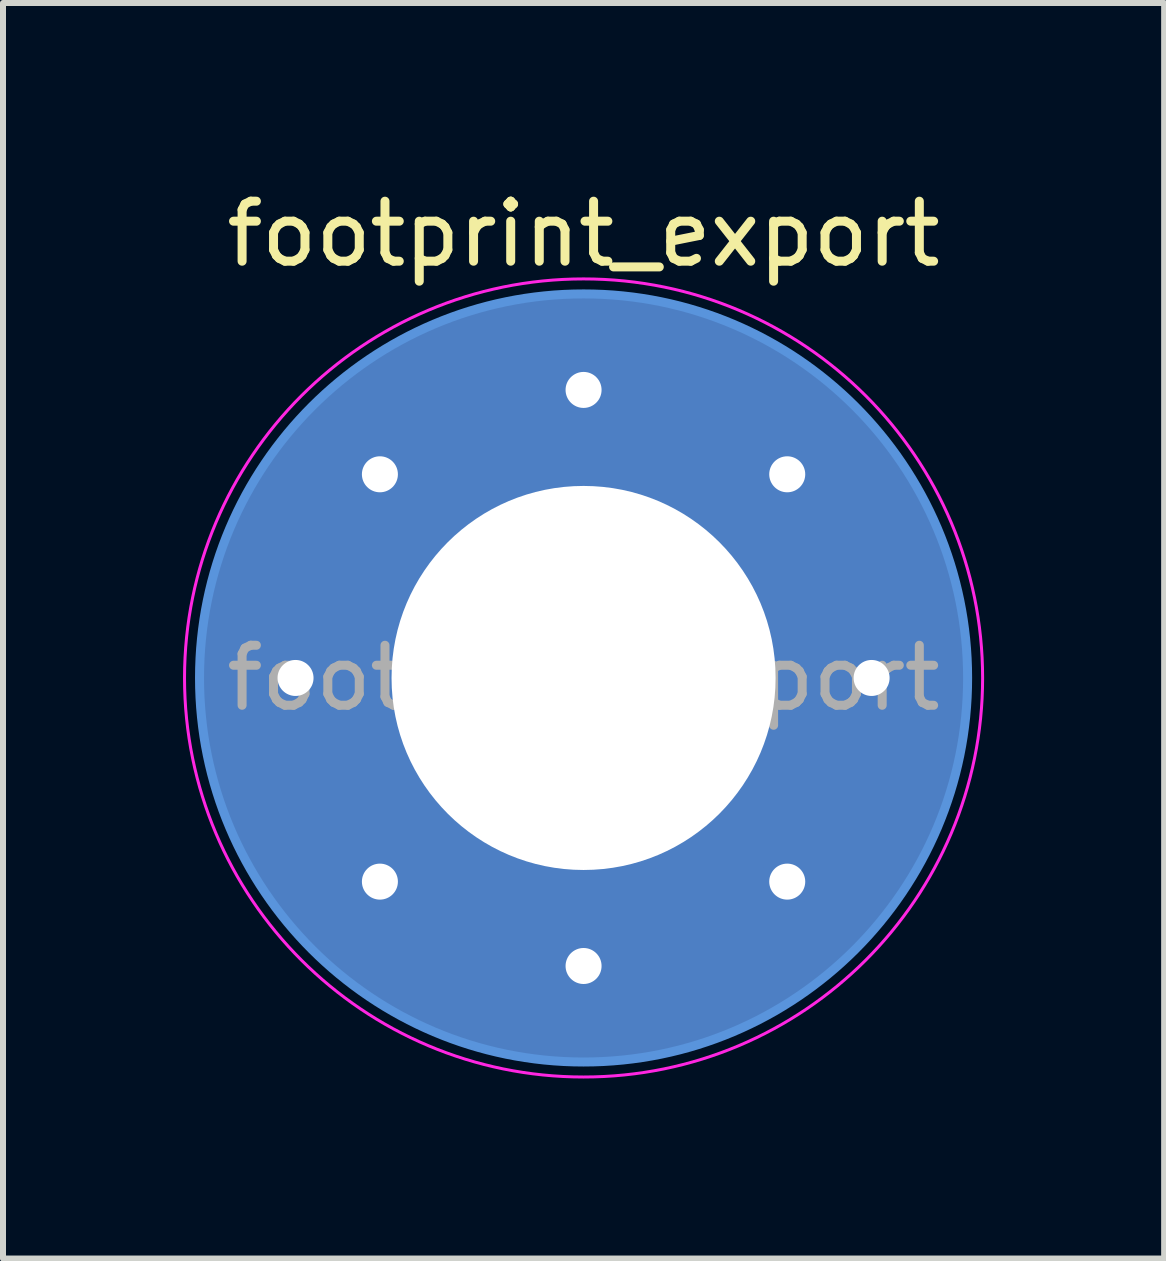
<source format=kicad_pcb>
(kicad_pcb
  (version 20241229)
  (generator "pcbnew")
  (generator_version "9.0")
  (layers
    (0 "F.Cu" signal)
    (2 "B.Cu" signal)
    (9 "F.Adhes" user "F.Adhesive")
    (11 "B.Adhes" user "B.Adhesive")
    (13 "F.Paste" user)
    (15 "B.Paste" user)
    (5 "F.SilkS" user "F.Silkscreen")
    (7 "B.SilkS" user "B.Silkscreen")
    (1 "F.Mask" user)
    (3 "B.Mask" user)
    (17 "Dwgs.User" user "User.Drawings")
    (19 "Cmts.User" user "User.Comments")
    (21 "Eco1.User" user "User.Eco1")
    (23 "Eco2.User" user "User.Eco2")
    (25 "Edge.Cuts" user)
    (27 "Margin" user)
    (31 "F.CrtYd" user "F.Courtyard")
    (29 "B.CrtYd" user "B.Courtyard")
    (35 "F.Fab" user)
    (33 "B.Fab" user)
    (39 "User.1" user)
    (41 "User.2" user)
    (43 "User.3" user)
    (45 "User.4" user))
  (footprint "footprint_export"
    (layer "F.Cu")
    (at 6.675 8.248)
    (property "Reference" "footprint_export" (at 0 -7.4 0) (layer "F.SilkS") (effects (font (size 1 1) (thickness 0.15))))
    (attr exclude_from_pos_files exclude_from_bom)
    (fp_circle (center 0 0) (end 6.4 0) (stroke (width 0.15) (type solid)) (fill no) (layer "Cmts.User"))
    (fp_circle (center 0 0) (end 6.65 0) (stroke (width 0.05) (type solid)) (fill no) (layer "F.CrtYd"))
    (fp_text user "${REFERENCE}" (at 0 0 0) (layer "F.Fab") (effects (font (size 1 1) (thickness 0.15))))
    (pad "1" thru_hole circle (at -4.8 0) (size 0.9 0.9) (drill 0.6) (layers "*.Cu" "*.Mask"))
    (pad "1" thru_hole circle (at -3.394 -3.394) (size 0.9 0.9) (drill 0.6) (layers "*.Cu" "*.Mask"))
    (pad "1" thru_hole circle (at -3.394 3.394) (size 0.9 0.9) (drill 0.6) (layers "*.Cu" "*.Mask"))
    (pad "1" thru_hole circle (at 0 -4.8) (size 0.9 0.9) (drill 0.6) (layers "*.Cu" "*.Mask"))
    (pad "1" thru_hole circle (at 0 0) (size 12.8 12.8) (drill 6.4) (layers "*.Cu" "*.Mask"))
    (pad "1" thru_hole circle (at 0 4.8) (size 0.9 0.9) (drill 0.6) (layers "*.Cu" "*.Mask"))
    (pad "1" thru_hole circle (at 3.394 -3.394) (size 0.9 0.9) (drill 0.6) (layers "*.Cu" "*.Mask"))
    (pad "1" thru_hole circle (at 3.394 3.394) (size 0.9 0.9) (drill 0.6) (layers "*.Cu" "*.Mask"))
    (pad "1" thru_hole circle (at 4.8 0) (size 0.9 0.9) (drill 0.6) (layers "*.Cu" "*.Mask")))
  (gr_rect
    (start -3 -3)
    (end 16.35 17.923)
    (stroke (width 0.1) (type default))
    (fill no)
    (layer "Edge.Cuts")))
</source>
